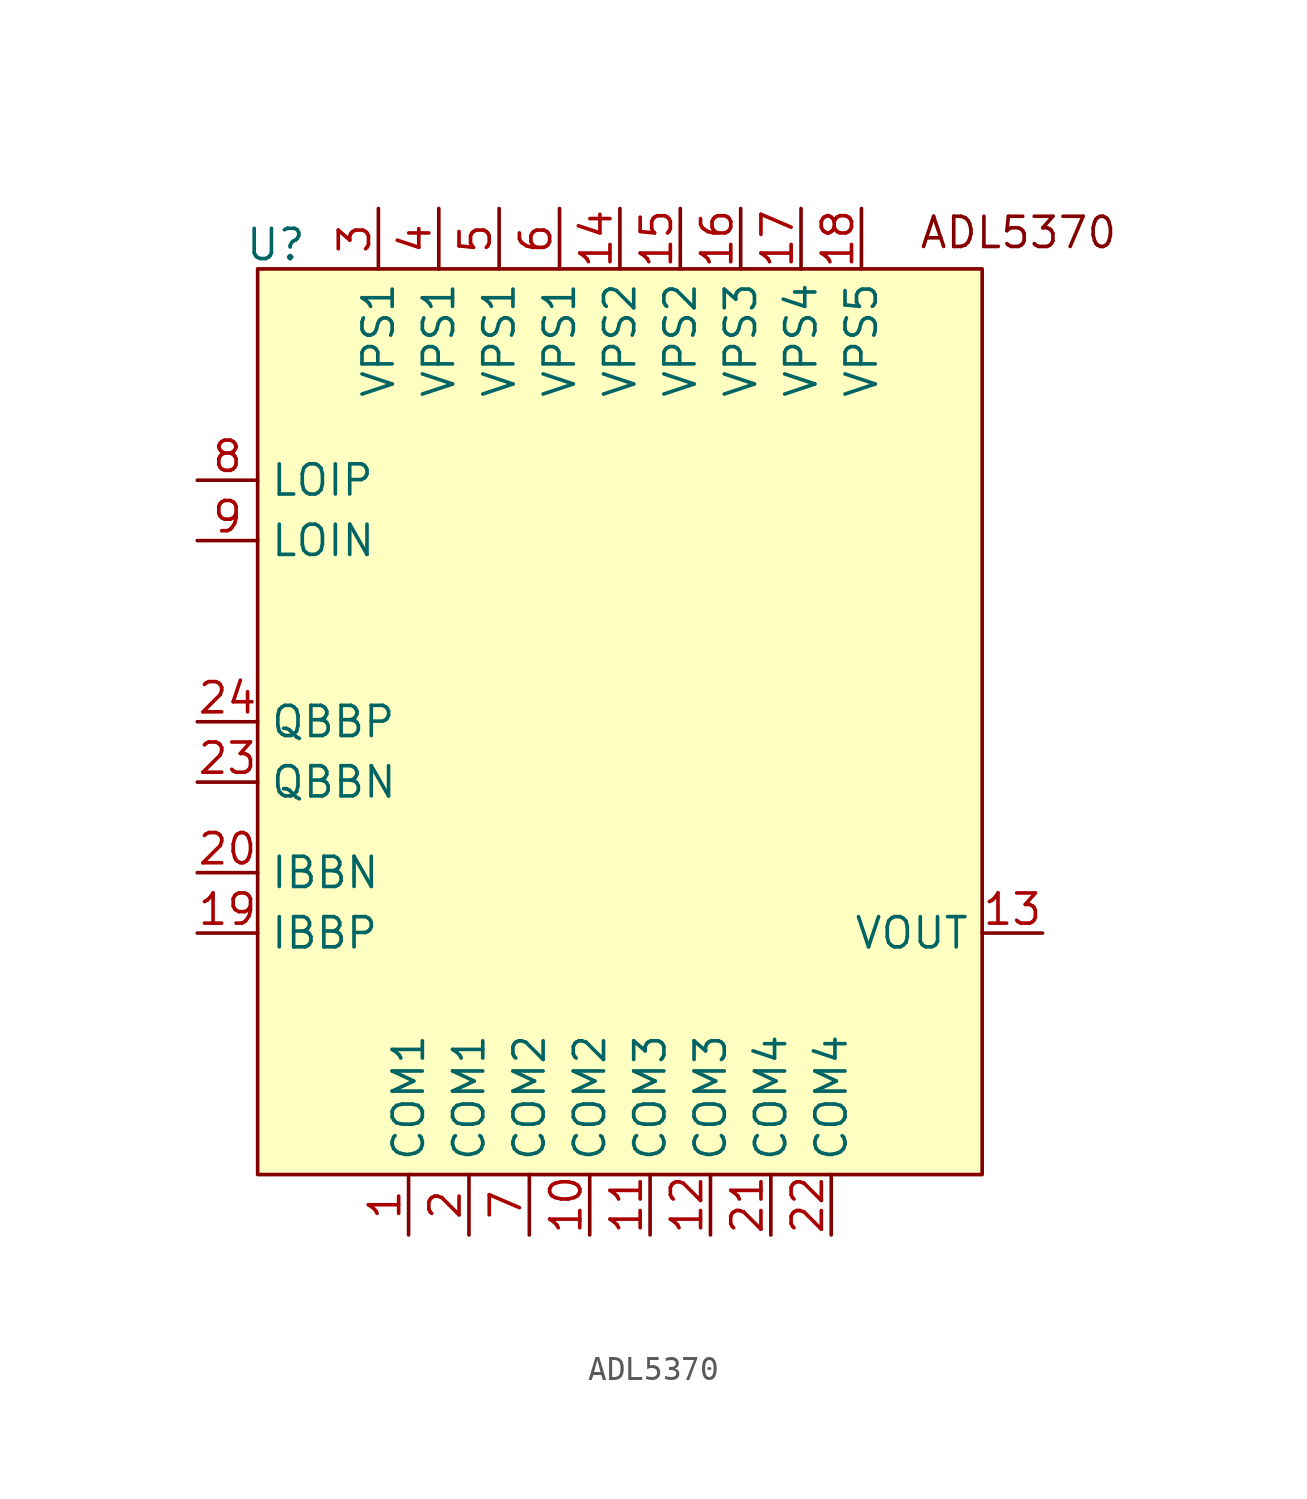
<source format=kicad_sym>
(kicad_symbol_lib
  (version 20231120)
  (generator "kicad_symbol_editor")
  (generator_version "8.0")
  (symbol "ADL5370"
    (property "Reference" "U"
      (at -14.478 20.066 0)
      (effects (font (size 1.27 1.27))))
    (property "Value" ""
      (at -15.24 5.08 0)
      (effects (font (size 1.27 1.27))))
    (symbol "ADL5370_1_1"
      (rectangle (start -15.24 19.05) (end 15.24 -19.05) (stroke (width 0) (type default)) (fill (type background)))
      (text "ADL5370" (at 16.764 20.574 0) (effects (font (size 1.27 1.27))))
      (pin input line (at -8.89 -21.59 90) (length 2.54) (name "COM1" (effects (font (size 1.27 1.27)))) (number "1" (effects (font (size 1.27 1.27)))))
      (pin input line (at -1.27 -21.59 90) (length 2.54) (name "COM2" (effects (font (size 1.27 1.27)))) (number "10" (effects (font (size 1.27 1.27)))))
      (pin input line (at 1.27 -21.59 90) (length 2.54) (name "COM3" (effects (font (size 1.27 1.27)))) (number "11" (effects (font (size 1.27 1.27)))))
      (pin input line (at 3.81 -21.59 90) (length 2.54) (name "COM3" (effects (font (size 1.27 1.27)))) (number "12" (effects (font (size 1.27 1.27)))))
      (pin input line (at 17.78 -8.89 180) (length 2.54) (name "VOUT" (effects (font (size 1.27 1.27)))) (number "13" (effects (font (size 1.27 1.27)))))
      (pin input line (at 0 21.59 270) (length 2.54) (name "VPS2" (effects (font (size 1.27 1.27)))) (number "14" (effects (font (size 1.27 1.27)))))
      (pin input line (at 2.54 21.59 270) (length 2.54) (name "VPS2" (effects (font (size 1.27 1.27)))) (number "15" (effects (font (size 1.27 1.27)))))
      (pin input line (at 5.08 21.59 270) (length 2.54) (name "VPS3" (effects (font (size 1.27 1.27)))) (number "16" (effects (font (size 1.27 1.27)))))
      (pin input line (at 7.62 21.59 270) (length 2.54) (name "VPS4" (effects (font (size 1.27 1.27)))) (number "17" (effects (font (size 1.27 1.27)))))
      (pin input line (at 10.16 21.59 270) (length 2.54) (name "VPS5" (effects (font (size 1.27 1.27)))) (number "18" (effects (font (size 1.27 1.27)))))
      (pin input line (at -17.78 -8.89 0) (length 2.54) (name "IBBP" (effects (font (size 1.27 1.27)))) (number "19" (effects (font (size 1.27 1.27)))))
      (pin input line (at -6.35 -21.59 90) (length 2.54) (name "COM1" (effects (font (size 1.27 1.27)))) (number "2" (effects (font (size 1.27 1.27)))))
      (pin input line (at -17.78 -6.35 0) (length 2.54) (name "IBBN" (effects (font (size 1.27 1.27)))) (number "20" (effects (font (size 1.27 1.27)))))
      (pin input line (at 6.35 -21.59 90) (length 2.54) (name "COM4" (effects (font (size 1.27 1.27)))) (number "21" (effects (font (size 1.27 1.27)))))
      (pin input line (at 8.89 -21.59 90) (length 2.54) (name "COM4" (effects (font (size 1.27 1.27)))) (number "22" (effects (font (size 1.27 1.27)))))
      (pin input line (at -17.78 -2.54 0) (length 2.54) (name "QBBN" (effects (font (size 1.27 1.27)))) (number "23" (effects (font (size 1.27 1.27)))))
      (pin input line (at -17.78 0 0) (length 2.54) (name "QBBP" (effects (font (size 1.27 1.27)))) (number "24" (effects (font (size 1.27 1.27)))))
      (pin input line (at -10.16 21.59 270) (length 2.54) (name "VPS1" (effects (font (size 1.27 1.27)))) (number "3" (effects (font (size 1.27 1.27)))))
      (pin input line (at -7.62 21.59 270) (length 2.54) (name "VPS1" (effects (font (size 1.27 1.27)))) (number "4" (effects (font (size 1.27 1.27)))))
      (pin input line (at -5.08 21.59 270) (length 2.54) (name "VPS1" (effects (font (size 1.27 1.27)))) (number "5" (effects (font (size 1.27 1.27)))))
      (pin input line (at -2.54 21.59 270) (length 2.54) (name "VPS1" (effects (font (size 1.27 1.27)))) (number "6" (effects (font (size 1.27 1.27)))))
      (pin input line (at -3.81 -21.59 90) (length 2.54) (name "COM2" (effects (font (size 1.27 1.27)))) (number "7" (effects (font (size 1.27 1.27)))))
      (pin input line (at -17.78 10.16 0) (length 2.54) (name "LOIP" (effects (font (size 1.27 1.27)))) (number "8" (effects (font (size 1.27 1.27)))))
      (pin input line (at -17.78 7.62 0) (length 2.54) (name "LOIN" (effects (font (size 1.27 1.27)))) (number "9" (effects (font (size 1.27 1.27))))))))
</source>
